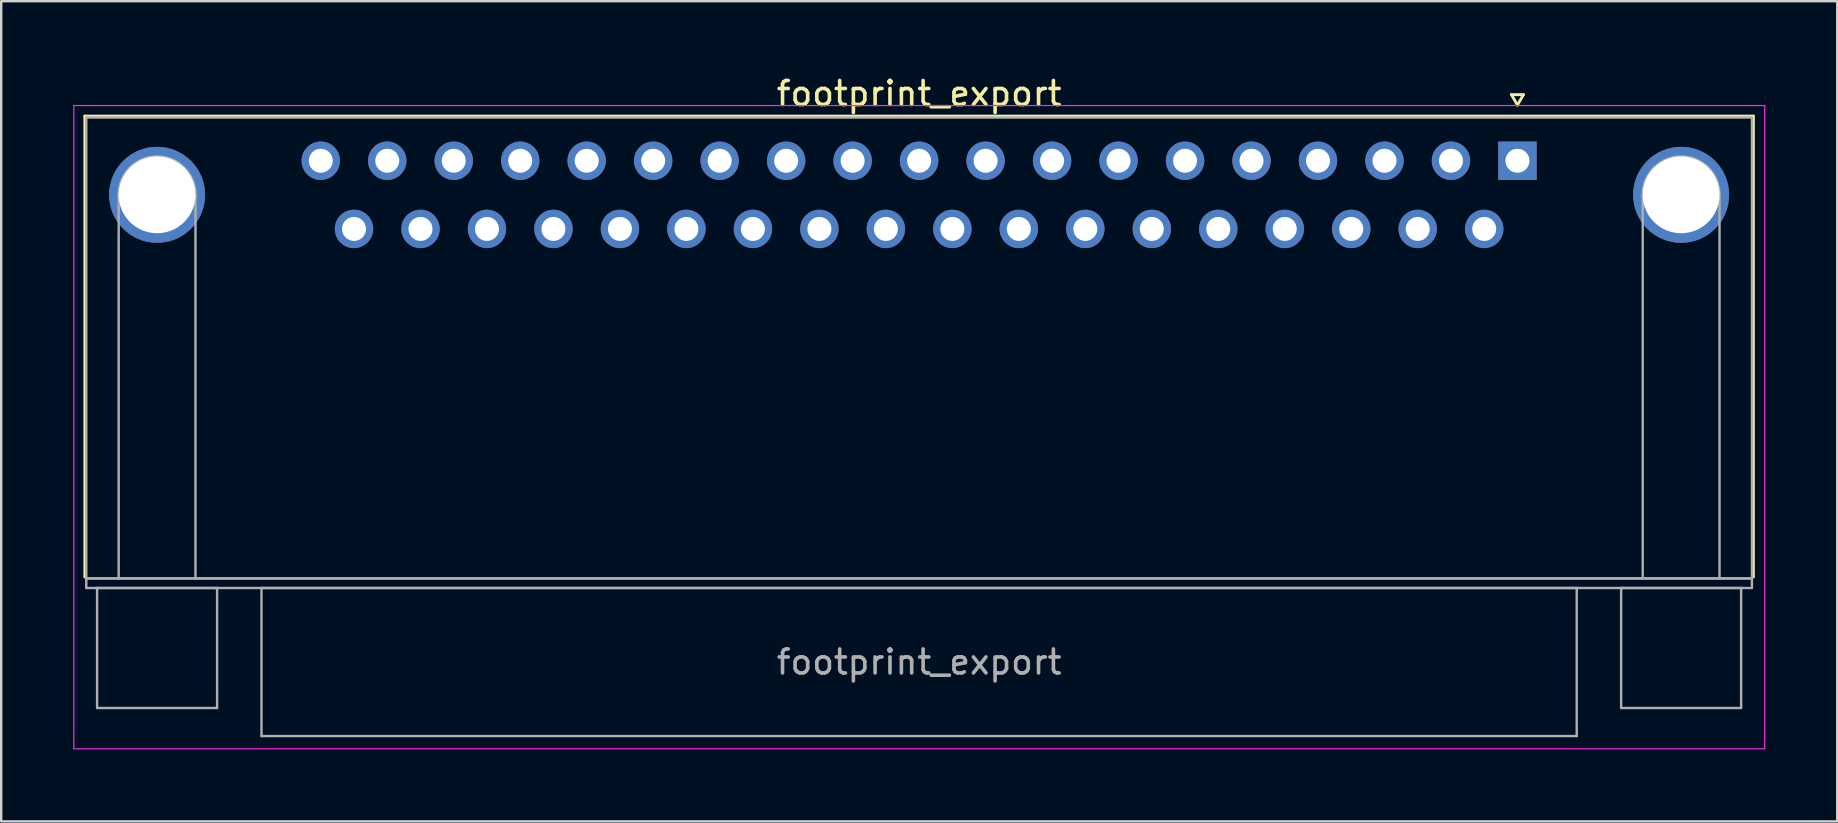
<source format=kicad_pcb>
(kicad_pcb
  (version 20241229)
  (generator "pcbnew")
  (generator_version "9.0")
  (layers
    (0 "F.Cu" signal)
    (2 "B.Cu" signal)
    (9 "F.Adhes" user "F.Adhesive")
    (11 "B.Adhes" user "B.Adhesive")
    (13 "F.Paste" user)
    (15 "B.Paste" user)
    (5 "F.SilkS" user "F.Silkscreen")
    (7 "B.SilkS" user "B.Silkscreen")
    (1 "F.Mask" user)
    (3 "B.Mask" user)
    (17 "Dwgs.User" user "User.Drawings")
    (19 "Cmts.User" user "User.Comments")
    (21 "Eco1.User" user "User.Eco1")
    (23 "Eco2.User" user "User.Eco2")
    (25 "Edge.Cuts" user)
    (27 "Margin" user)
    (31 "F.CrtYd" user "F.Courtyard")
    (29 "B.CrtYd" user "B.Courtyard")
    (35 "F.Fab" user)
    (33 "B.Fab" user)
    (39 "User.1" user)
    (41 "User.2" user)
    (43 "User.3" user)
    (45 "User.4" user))
  (footprint "footprint_export"
    (layer "F.Cu")
    (at 60.175 3.648)
    (property "Reference" "footprint_export" (at -24.93 -2.8 0) (layer "F.SilkS") (effects (font (size 1 1) (thickness 0.15))))
    (attr through_hole)
    (fp_line (start -59.69 -1.86) (end 9.83 -1.86) (stroke (width 0.12) (type solid)) (layer "F.SilkS"))
    (fp_line (start -59.69 17.34) (end -59.69 -1.86) (stroke (width 0.12) (type solid)) (layer "F.SilkS"))
    (fp_line (start -0.25 -2.754) (end 0.25 -2.754) (stroke (width 0.12) (type solid)) (layer "F.SilkS"))
    (fp_line (start 0 -2.321) (end -0.25 -2.754) (stroke (width 0.12) (type solid)) (layer "F.SilkS"))
    (fp_line (start 0.25 -2.754) (end 0 -2.321) (stroke (width 0.12) (type solid)) (layer "F.SilkS"))
    (fp_line (start 9.83 -1.86) (end 9.83 17.34) (stroke (width 0.12) (type solid)) (layer "F.SilkS"))
    (fp_line (start -60.15 -2.3) (end -60.15 24.5) (stroke (width 0.05) (type solid)) (layer "F.CrtYd"))
    (fp_line (start -60.15 24.5) (end 10.3 24.5) (stroke (width 0.05) (type solid)) (layer "F.CrtYd"))
    (fp_line (start 10.3 -2.3) (end -60.15 -2.3) (stroke (width 0.05) (type solid)) (layer "F.CrtYd"))
    (fp_line (start 10.3 24.5) (end 10.3 -2.3) (stroke (width 0.05) (type solid)) (layer "F.CrtYd"))
    (fp_line (start -59.63 -1.8) (end -59.63 17.4) (stroke (width 0.1) (type solid)) (layer "F.Fab"))
    (fp_line (start -59.63 17.4) (end -59.63 17.8) (stroke (width 0.1) (type solid)) (layer "F.Fab"))
    (fp_line (start -59.63 17.4) (end 9.77 17.4) (stroke (width 0.1) (type solid)) (layer "F.Fab"))
    (fp_line (start -59.63 17.8) (end 9.77 17.8) (stroke (width 0.1) (type solid)) (layer "F.Fab"))
    (fp_line (start -59.18 17.8) (end -59.18 22.8) (stroke (width 0.1) (type solid)) (layer "F.Fab"))
    (fp_line (start -59.18 22.8) (end -54.18 22.8) (stroke (width 0.1) (type solid)) (layer "F.Fab"))
    (fp_line (start -58.28 17.4) (end -58.28 1.42) (stroke (width 0.1) (type solid)) (layer "F.Fab"))
    (fp_line (start -55.08 17.4) (end -55.08 1.42) (stroke (width 0.1) (type solid)) (layer "F.Fab"))
    (fp_line (start -54.18 17.8) (end -59.18 17.8) (stroke (width 0.1) (type solid)) (layer "F.Fab"))
    (fp_line (start -54.18 22.8) (end -54.18 17.8) (stroke (width 0.1) (type solid)) (layer "F.Fab"))
    (fp_line (start -52.33 17.8) (end -52.33 23.97) (stroke (width 0.1) (type solid)) (layer "F.Fab"))
    (fp_line (start -52.33 23.97) (end 2.47 23.97) (stroke (width 0.1) (type solid)) (layer "F.Fab"))
    (fp_line (start 2.47 17.8) (end -52.33 17.8) (stroke (width 0.1) (type solid)) (layer "F.Fab"))
    (fp_line (start 2.47 23.97) (end 2.47 17.8) (stroke (width 0.1) (type solid)) (layer "F.Fab"))
    (fp_line (start 4.32 17.8) (end 4.32 22.8) (stroke (width 0.1) (type solid)) (layer "F.Fab"))
    (fp_line (start 4.32 22.8) (end 9.32 22.8) (stroke (width 0.1) (type solid)) (layer "F.Fab"))
    (fp_line (start 5.22 17.4) (end 5.22 1.42) (stroke (width 0.1) (type solid)) (layer "F.Fab"))
    (fp_line (start 8.42 17.4) (end 8.42 1.42) (stroke (width 0.1) (type solid)) (layer "F.Fab"))
    (fp_line (start 9.32 17.8) (end 4.32 17.8) (stroke (width 0.1) (type solid)) (layer "F.Fab"))
    (fp_line (start 9.32 22.8) (end 9.32 17.8) (stroke (width 0.1) (type solid)) (layer "F.Fab"))
    (fp_line (start 9.77 -1.8) (end -59.63 -1.8) (stroke (width 0.1) (type solid)) (layer "F.Fab"))
    (fp_line (start 9.77 17.4) (end -59.63 17.4) (stroke (width 0.1) (type solid)) (layer "F.Fab"))
    (fp_line (start 9.77 17.4) (end 9.77 -1.8) (stroke (width 0.1) (type solid)) (layer "F.Fab"))
    (fp_line (start 9.77 17.8) (end 9.77 17.4) (stroke (width 0.1) (type solid)) (layer "F.Fab"))
    (fp_arc (start -58.28 1.42) (mid -56.68 -0.18) (end -55.08 1.42) (stroke (width 0.1) (type solid)) (layer "F.Fab"))
    (fp_arc (start 5.22 1.42) (mid 6.82 -0.18) (end 8.42 1.42) (stroke (width 0.1) (type solid)) (layer "F.Fab"))
    (fp_text user "${REFERENCE}" (at -24.93 20.885 0) (layer "F.Fab") (effects (font (size 1 1) (thickness 0.15))))
    (pad "0" thru_hole circle (at -56.68 1.42) (size 4 4) (drill 3.2) (layers "*.Cu" "*.Mask"))
    (pad "0" thru_hole circle (at 6.82 1.42) (size 4 4) (drill 3.2) (layers "*.Cu" "*.Mask"))
    (pad "1" thru_hole rect (at 0 0) (size 1.6 1.6) (drill 1) (layers "*.Cu" "*.Mask"))
    (pad "2" thru_hole circle (at -2.77 0) (size 1.6 1.6) (drill 1) (layers "*.Cu" "*.Mask"))
    (pad "3" thru_hole circle (at -5.54 0) (size 1.6 1.6) (drill 1) (layers "*.Cu" "*.Mask"))
    (pad "4" thru_hole circle (at -8.31 0) (size 1.6 1.6) (drill 1) (layers "*.Cu" "*.Mask"))
    (pad "5" thru_hole circle (at -11.08 0) (size 1.6 1.6) (drill 1) (layers "*.Cu" "*.Mask"))
    (pad "6" thru_hole circle (at -13.85 0) (size 1.6 1.6) (drill 1) (layers "*.Cu" "*.Mask"))
    (pad "7" thru_hole circle (at -16.62 0) (size 1.6 1.6) (drill 1) (layers "*.Cu" "*.Mask"))
    (pad "8" thru_hole circle (at -19.39 0) (size 1.6 1.6) (drill 1) (layers "*.Cu" "*.Mask"))
    (pad "9" thru_hole circle (at -22.16 0) (size 1.6 1.6) (drill 1) (layers "*.Cu" "*.Mask"))
    (pad "10" thru_hole circle (at -24.93 0) (size 1.6 1.6) (drill 1) (layers "*.Cu" "*.Mask"))
    (pad "11" thru_hole circle (at -27.7 0) (size 1.6 1.6) (drill 1) (layers "*.Cu" "*.Mask"))
    (pad "12" thru_hole circle (at -30.47 0) (size 1.6 1.6) (drill 1) (layers "*.Cu" "*.Mask"))
    (pad "13" thru_hole circle (at -33.24 0) (size 1.6 1.6) (drill 1) (layers "*.Cu" "*.Mask"))
    (pad "14" thru_hole circle (at -36.01 0) (size 1.6 1.6) (drill 1) (layers "*.Cu" "*.Mask"))
    (pad "15" thru_hole circle (at -38.78 0) (size 1.6 1.6) (drill 1) (layers "*.Cu" "*.Mask"))
    (pad "16" thru_hole circle (at -41.55 0) (size 1.6 1.6) (drill 1) (layers "*.Cu" "*.Mask"))
    (pad "17" thru_hole circle (at -44.32 0) (size 1.6 1.6) (drill 1) (layers "*.Cu" "*.Mask"))
    (pad "18" thru_hole circle (at -47.09 0) (size 1.6 1.6) (drill 1) (layers "*.Cu" "*.Mask"))
    (pad "19" thru_hole circle (at -49.86 0) (size 1.6 1.6) (drill 1) (layers "*.Cu" "*.Mask"))
    (pad "20" thru_hole circle (at -1.385 2.84) (size 1.6 1.6) (drill 1) (layers "*.Cu" "*.Mask"))
    (pad "21" thru_hole circle (at -4.155 2.84) (size 1.6 1.6) (drill 1) (layers "*.Cu" "*.Mask"))
    (pad "22" thru_hole circle (at -6.925 2.84) (size 1.6 1.6) (drill 1) (layers "*.Cu" "*.Mask"))
    (pad "23" thru_hole circle (at -9.695 2.84) (size 1.6 1.6) (drill 1) (layers "*.Cu" "*.Mask"))
    (pad "24" thru_hole circle (at -12.465 2.84) (size 1.6 1.6) (drill 1) (layers "*.Cu" "*.Mask"))
    (pad "25" thru_hole circle (at -15.235 2.84) (size 1.6 1.6) (drill 1) (layers "*.Cu" "*.Mask"))
    (pad "26" thru_hole circle (at -18.005 2.84) (size 1.6 1.6) (drill 1) (layers "*.Cu" "*.Mask"))
    (pad "27" thru_hole circle (at -20.775 2.84) (size 1.6 1.6) (drill 1) (layers "*.Cu" "*.Mask"))
    (pad "28" thru_hole circle (at -23.545 2.84) (size 1.6 1.6) (drill 1) (layers "*.Cu" "*.Mask"))
    (pad "29" thru_hole circle (at -26.315 2.84) (size 1.6 1.6) (drill 1) (layers "*.Cu" "*.Mask"))
    (pad "30" thru_hole circle (at -29.085 2.84) (size 1.6 1.6) (drill 1) (layers "*.Cu" "*.Mask"))
    (pad "31" thru_hole circle (at -31.855 2.84) (size 1.6 1.6) (drill 1) (layers "*.Cu" "*.Mask"))
    (pad "32" thru_hole circle (at -34.625 2.84) (size 1.6 1.6) (drill 1) (layers "*.Cu" "*.Mask"))
    (pad "33" thru_hole circle (at -37.395 2.84) (size 1.6 1.6) (drill 1) (layers "*.Cu" "*.Mask"))
    (pad "34" thru_hole circle (at -40.165 2.84) (size 1.6 1.6) (drill 1) (layers "*.Cu" "*.Mask"))
    (pad "35" thru_hole circle (at -42.935 2.84) (size 1.6 1.6) (drill 1) (layers "*.Cu" "*.Mask"))
    (pad "36" thru_hole circle (at -45.705 2.84) (size 1.6 1.6) (drill 1) (layers "*.Cu" "*.Mask"))
    (pad "37" thru_hole circle (at -48.475 2.84) (size 1.6 1.6) (drill 1) (layers "*.Cu" "*.Mask")))
  (gr_rect
    (start -3 -3)
    (end 73.5 31.173)
    (stroke (width 0.1) (type default))
    (fill no)
    (layer "Edge.Cuts")))
</source>
